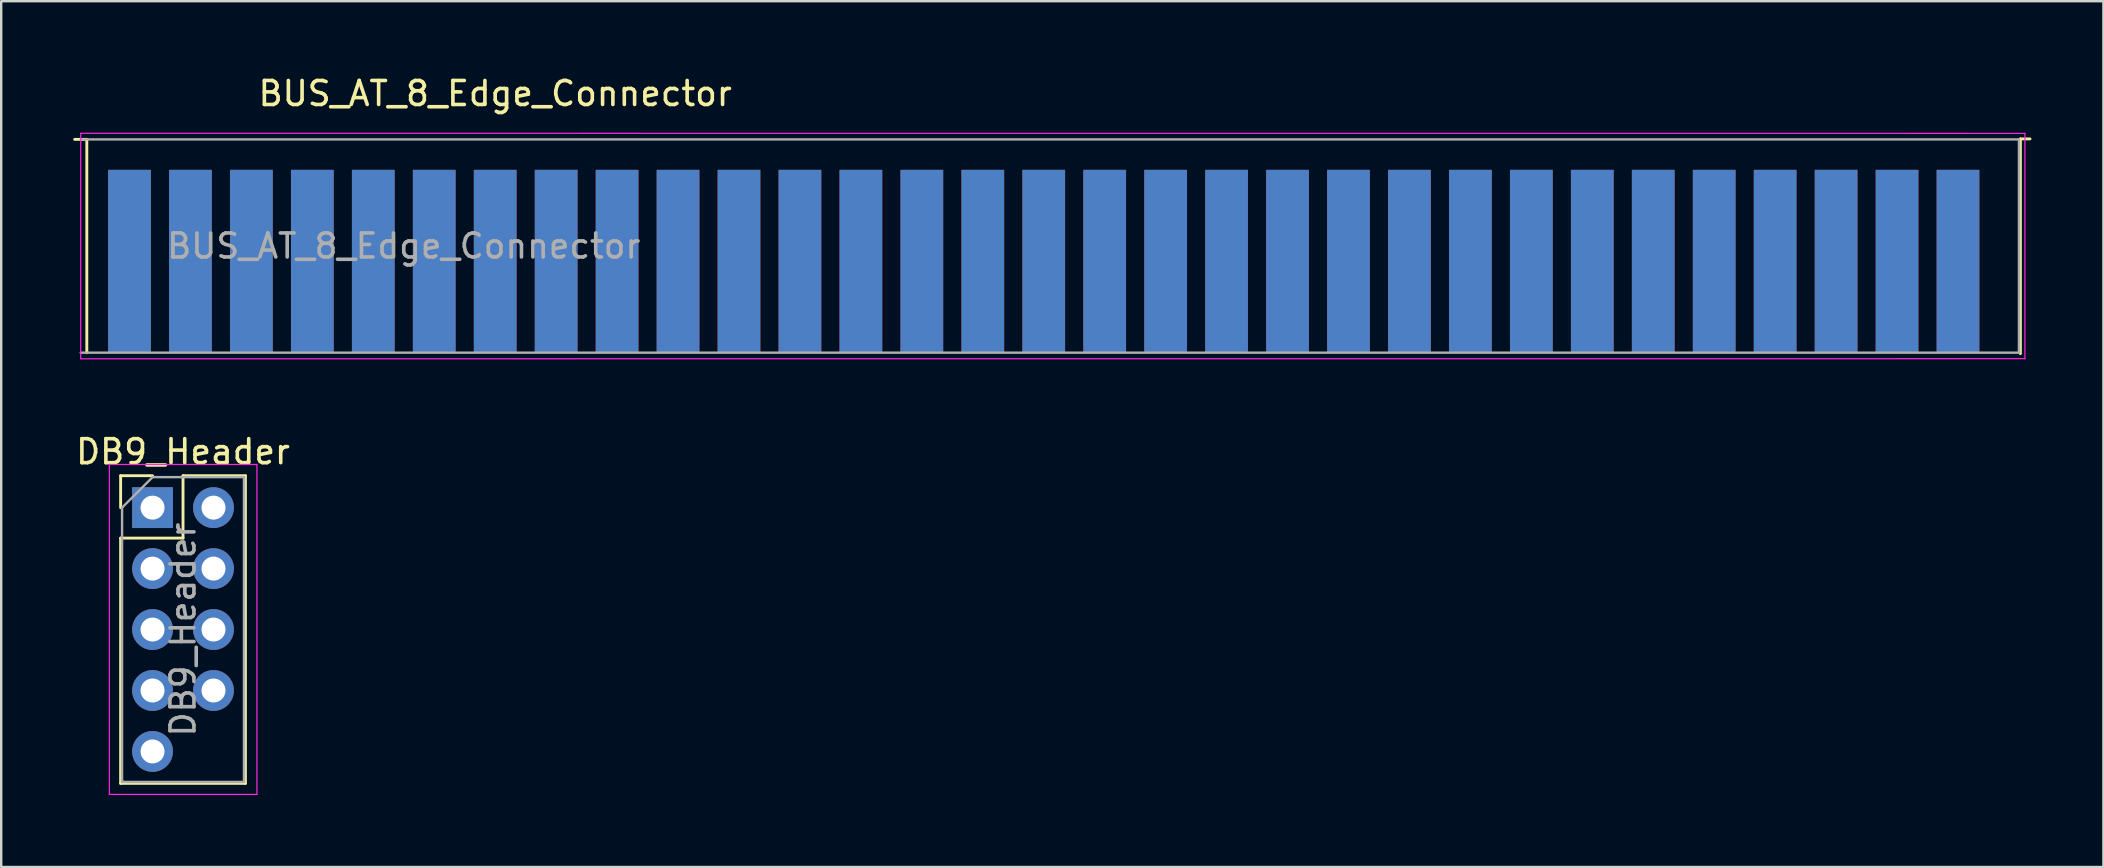
<source format=kicad_pcb>
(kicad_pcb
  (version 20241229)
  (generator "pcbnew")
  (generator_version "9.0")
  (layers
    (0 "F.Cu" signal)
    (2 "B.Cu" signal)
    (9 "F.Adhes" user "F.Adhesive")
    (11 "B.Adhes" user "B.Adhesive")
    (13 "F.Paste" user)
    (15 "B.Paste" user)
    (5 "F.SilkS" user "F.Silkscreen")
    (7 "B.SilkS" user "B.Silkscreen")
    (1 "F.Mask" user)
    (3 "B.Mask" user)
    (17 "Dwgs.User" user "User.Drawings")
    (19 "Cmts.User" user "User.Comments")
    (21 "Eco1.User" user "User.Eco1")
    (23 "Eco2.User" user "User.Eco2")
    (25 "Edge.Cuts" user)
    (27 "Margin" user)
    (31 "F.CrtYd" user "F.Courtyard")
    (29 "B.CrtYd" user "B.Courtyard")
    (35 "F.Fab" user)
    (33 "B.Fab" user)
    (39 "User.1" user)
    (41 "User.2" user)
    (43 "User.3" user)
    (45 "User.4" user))
  (footprint "DB9_Header"
    (layer "F.Cu")
    (at 3.307 18.105)
    (property "Reference" "DB9_Header" (at 1.27 -2.33 0) (layer "F.SilkS") (effects (font (size 1 1) (thickness 0.15))))
    (attr through_hole)
    (fp_line (start -1.33 -1.33) (end 0 -1.33) (stroke (width 0.12) (type solid)) (layer "F.SilkS"))
    (fp_line (start -1.33 0) (end -1.33 -1.33) (stroke (width 0.12) (type solid)) (layer "F.SilkS"))
    (fp_line (start -1.33 1.27) (end -1.33 11.49) (stroke (width 0.12) (type solid)) (layer "F.SilkS"))
    (fp_line (start -1.33 1.27) (end 1.27 1.27) (stroke (width 0.12) (type solid)) (layer "F.SilkS"))
    (fp_line (start -1.33 11.49) (end 3.87 11.49) (stroke (width 0.12) (type solid)) (layer "F.SilkS"))
    (fp_line (start 1.27 -1.33) (end 3.87 -1.33) (stroke (width 0.12) (type solid)) (layer "F.SilkS"))
    (fp_line (start 1.27 1.27) (end 1.27 -1.33) (stroke (width 0.12) (type solid)) (layer "F.SilkS"))
    (fp_line (start 3.87 -1.33) (end 3.87 11.49) (stroke (width 0.12) (type solid)) (layer "F.SilkS"))
    (fp_line (start -1.8 -1.8) (end -1.8 11.95) (stroke (width 0.05) (type solid)) (layer "F.CrtYd"))
    (fp_line (start -1.8 11.95) (end 4.35 11.95) (stroke (width 0.05) (type solid)) (layer "F.CrtYd"))
    (fp_line (start 4.35 -1.8) (end -1.8 -1.8) (stroke (width 0.05) (type solid)) (layer "F.CrtYd"))
    (fp_line (start 4.35 11.95) (end 4.35 -1.8) (stroke (width 0.05) (type solid)) (layer "F.CrtYd"))
    (fp_line (start -1.27 0) (end 0 -1.27) (stroke (width 0.1) (type solid)) (layer "F.Fab"))
    (fp_line (start -1.27 11.43) (end -1.27 0) (stroke (width 0.1) (type solid)) (layer "F.Fab"))
    (fp_line (start 0 -1.27) (end 3.81 -1.27) (stroke (width 0.1) (type solid)) (layer "F.Fab"))
    (fp_line (start 3.81 -1.27) (end 3.81 11.43) (stroke (width 0.1) (type solid)) (layer "F.Fab"))
    (fp_line (start 3.81 11.43) (end -1.27 11.43) (stroke (width 0.1) (type solid)) (layer "F.Fab"))
    (fp_text user "${REFERENCE}" (at 1.27 5.08 90) (layer "F.Fab") (effects (font (size 1 1) (thickness 0.15))))
    (pad "1" thru_hole rect (at 0 0) (size 1.7 1.7) (drill 1) (layers "*.Cu" "*.Mask"))
    (pad "2" thru_hole oval (at 2.54 0) (size 1.7 1.7) (drill 1) (layers "*.Cu" "*.Mask"))
    (pad "3" thru_hole oval (at 0 2.54) (size 1.7 1.7) (drill 1) (layers "*.Cu" "*.Mask"))
    (pad "4" thru_hole oval (at 2.54 2.54) (size 1.7 1.7) (drill 1) (layers "*.Cu" "*.Mask"))
    (pad "5" thru_hole oval (at 0 5.08) (size 1.7 1.7) (drill 1) (layers "*.Cu" "*.Mask"))
    (pad "6" thru_hole oval (at 2.54 5.08) (size 1.7 1.7) (drill 1) (layers "*.Cu" "*.Mask"))
    (pad "7" thru_hole oval (at 0 7.62) (size 1.7 1.7) (drill 1) (layers "*.Cu" "*.Mask"))
    (pad "8" thru_hole oval (at 2.54 7.62) (size 1.7 1.7) (drill 1) (layers "*.Cu" "*.Mask"))
    (pad "9" thru_hole oval (at 0 10.16) (size 1.7 1.7) (drill 1) (layers "*.Cu" "*.Mask")))
  (footprint "BUS_AT_8_Edge_Connector"
    (layer "F.Cu")
    (at 0.314 2.504)
    (property "Reference" "BUS_AT_8_Edge_Connector" (at 17.272 -1.656 0) (layer "F.SilkS") (effects (font (size 1 1) (thickness 0.15))))
    (attr exclude_from_pos_files exclude_from_bom)
    (fp_line (start 0.254 0.254) (end -0.254 0.254) (stroke (width 0.12) (type solid)) (layer "F.SilkS"))
    (fp_line (start 0.254 0.254) (end 0.254 9.144) (stroke (width 0.12) (type solid)) (layer "F.SilkS"))
    (fp_line (start 80.832 0.234) (end 81.232 0.234) (stroke (width 0.12) (type solid)) (layer "F.SilkS"))
    (fp_line (start 80.832 9.184) (end 80.832 0.234) (stroke (width 0.12) (type solid)) (layer "F.SilkS"))
    (fp_line (start 0 0) (end 81.022 0.004) (stroke (width 0.05) (type solid)) (layer "F.CrtYd"))
    (fp_line (start 0 0.004) (end 0 9.394) (stroke (width 0.05) (type solid)) (layer "F.CrtYd"))
    (fp_line (start 81.022 9.394) (end 0 9.398) (stroke (width 0.05) (type solid)) (layer "F.CrtYd"))
    (fp_line (start 81.022 9.394) (end 81.022 0.004) (stroke (width 0.05) (type solid)) (layer "F.CrtYd"))
    (fp_line (start 0 0.254) (end 80.772 0.254) (stroke (width 0.1) (type solid)) (layer "F.Fab"))
    (fp_line (start 80.772 0.254) (end 80.772 9.144) (stroke (width 0.1) (type solid)) (layer "F.Fab"))
    (fp_line (start 80.772 9.144) (end 0 9.144) (stroke (width 0.1) (type solid)) (layer "F.Fab"))
    (fp_text user "${REFERENCE}" (at 13.462 4.699 0) (layer "F.Fab") (effects (font (size 1 1) (thickness 0.15))))
    (pad "1" connect rect (at 78.232 5.334) (size 1.78 7.62) (layers "B.Cu" "B.Mask"))
    (pad "2" connect rect (at 75.692 5.334) (size 1.78 7.62) (layers "B.Cu" "B.Mask"))
    (pad "3" connect rect (at 73.152 5.334) (size 1.78 7.62) (layers "B.Cu" "B.Mask"))
    (pad "4" connect rect (at 70.612 5.334) (size 1.78 7.62) (layers "B.Cu" "B.Mask"))
    (pad "5" connect rect (at 68.072 5.334) (size 1.78 7.62) (layers "B.Cu" "B.Mask"))
    (pad "6" connect rect (at 65.532 5.334) (size 1.78 7.62) (layers "B.Cu" "B.Mask"))
    (pad "7" connect rect (at 62.992 5.334) (size 1.78 7.62) (layers "B.Cu" "B.Mask"))
    (pad "8" connect rect (at 60.452 5.334) (size 1.78 7.62) (layers "B.Cu" "B.Mask"))
    (pad "9" connect rect (at 57.912 5.334) (size 1.78 7.62) (layers "B.Cu" "B.Mask"))
    (pad "10" connect rect (at 55.372 5.334) (size 1.78 7.62) (layers "B.Cu" "B.Mask"))
    (pad "11" connect rect (at 52.832 5.334) (size 1.78 7.62) (layers "B.Cu" "B.Mask"))
    (pad "12" connect rect (at 50.292 5.334) (size 1.78 7.62) (layers "B.Cu" "B.Mask"))
    (pad "13" connect rect (at 47.752 5.334) (size 1.78 7.62) (layers "B.Cu" "B.Mask"))
    (pad "14" connect rect (at 45.212 5.334) (size 1.78 7.62) (layers "B.Cu" "B.Mask"))
    (pad "15" connect rect (at 42.672 5.334) (size 1.78 7.62) (layers "B.Cu" "B.Mask"))
    (pad "16" connect rect (at 40.132 5.334) (size 1.78 7.62) (layers "B.Cu" "B.Mask"))
    (pad "17" connect rect (at 37.592 5.334) (size 1.78 7.62) (layers "B.Cu" "B.Mask"))
    (pad "18" connect rect (at 35.052 5.334) (size 1.78 7.62) (layers "B.Cu" "B.Mask"))
    (pad "19" connect rect (at 32.512 5.334) (size 1.78 7.62) (layers "B.Cu" "B.Mask"))
    (pad "20" connect rect (at 29.972 5.334) (size 1.78 7.62) (layers "B.Cu" "B.Mask"))
    (pad "21" connect rect (at 27.432 5.334) (size 1.78 7.62) (layers "B.Cu" "B.Mask"))
    (pad "22" connect rect (at 24.892 5.334) (size 1.78 7.62) (layers "B.Cu" "B.Mask"))
    (pad "23" connect rect (at 22.352 5.334) (size 1.78 7.62) (layers "B.Cu" "B.Mask"))
    (pad "24" connect rect (at 19.812 5.334) (size 1.78 7.62) (layers "B.Cu" "B.Mask"))
    (pad "25" connect rect (at 17.272 5.334) (size 1.78 7.62) (layers "B.Cu" "B.Mask"))
    (pad "26" connect rect (at 14.732 5.334) (size 1.78 7.62) (layers "B.Cu" "B.Mask"))
    (pad "27" connect rect (at 12.192 5.334) (size 1.78 7.62) (layers "B.Cu" "B.Mask"))
    (pad "28" connect rect (at 9.652 5.334) (size 1.78 7.62) (layers "B.Cu" "B.Mask"))
    (pad "29" connect rect (at 7.112 5.334) (size 1.78 7.62) (layers "B.Cu" "B.Mask"))
    (pad "30" connect rect (at 4.572 5.334) (size 1.78 7.62) (layers "B.Cu" "B.Mask"))
    (pad "31" connect rect (at 2.032 5.334) (size 1.78 7.62) (layers "B.Cu" "B.Mask"))
    (pad "32" connect rect (at 78.232 5.334) (size 1.78 7.62) (layers "F.Cu" "F.Mask"))
    (pad "33" connect rect (at 75.692 5.334) (size 1.78 7.62) (layers "F.Cu" "F.Mask"))
    (pad "34" connect rect (at 73.152 5.334) (size 1.78 7.62) (layers "F.Cu" "F.Mask"))
    (pad "35" connect rect (at 70.612 5.334) (size 1.78 7.62) (layers "F.Cu" "F.Mask"))
    (pad "36" connect rect (at 68.072 5.334) (size 1.78 7.62) (layers "F.Cu" "F.Mask"))
    (pad "37" connect rect (at 65.532 5.334) (size 1.78 7.62) (layers "F.Cu" "F.Mask"))
    (pad "38" connect rect (at 62.992 5.334) (size 1.78 7.62) (layers "F.Cu" "F.Mask"))
    (pad "39" connect rect (at 60.452 5.334) (size 1.78 7.62) (layers "F.Cu" "F.Mask"))
    (pad "40" connect rect (at 57.912 5.334) (size 1.78 7.62) (layers "F.Cu" "F.Mask"))
    (pad "41" connect rect (at 55.372 5.334) (size 1.78 7.62) (layers "F.Cu" "F.Mask"))
    (pad "42" connect rect (at 52.832 5.334) (size 1.78 7.62) (layers "F.Cu" "F.Mask"))
    (pad "43" connect rect (at 50.292 5.334) (size 1.78 7.62) (layers "F.Cu" "F.Mask"))
    (pad "44" connect rect (at 47.752 5.334) (size 1.78 7.62) (layers "F.Cu" "F.Mask"))
    (pad "45" connect rect (at 45.212 5.334) (size 1.78 7.62) (layers "F.Cu" "F.Mask"))
    (pad "46" connect rect (at 42.672 5.334) (size 1.78 7.62) (layers "F.Cu" "F.Mask"))
    (pad "47" connect rect (at 40.132 5.334) (size 1.78 7.62) (layers "F.Cu" "F.Mask"))
    (pad "48" connect rect (at 37.592 5.334) (size 1.78 7.62) (layers "F.Cu" "F.Mask"))
    (pad "49" connect rect (at 35.052 5.334) (size 1.78 7.62) (layers "F.Cu" "F.Mask"))
    (pad "50" connect rect (at 32.512 5.334) (size 1.78 7.62) (layers "F.Cu" "F.Mask"))
    (pad "51" connect rect (at 29.972 5.334) (size 1.78 7.62) (layers "F.Cu" "F.Mask"))
    (pad "52" connect rect (at 27.432 5.334) (size 1.78 7.62) (layers "F.Cu" "F.Mask"))
    (pad "53" connect rect (at 24.892 5.334) (size 1.78 7.62) (layers "F.Cu" "F.Mask"))
    (pad "54" connect rect (at 22.352 5.334) (size 1.78 7.62) (layers "F.Cu" "F.Mask"))
    (pad "55" connect rect (at 19.812 5.334) (size 1.78 7.62) (layers "F.Cu" "F.Mask"))
    (pad "56" connect rect (at 17.272 5.334) (size 1.78 7.62) (layers "F.Cu" "F.Mask"))
    (pad "57" connect rect (at 14.732 5.334) (size 1.78 7.62) (layers "F.Cu" "F.Mask"))
    (pad "58" connect rect (at 12.192 5.334) (size 1.78 7.62) (layers "F.Cu" "F.Mask"))
    (pad "59" connect rect (at 9.652 5.334) (size 1.78 7.62) (layers "F.Cu" "F.Mask"))
    (pad "60" connect rect (at 7.112 5.334) (size 1.78 7.62) (layers "F.Cu" "F.Mask"))
    (pad "61" connect rect (at 4.572 5.334) (size 1.78 7.62) (layers "F.Cu" "F.Mask"))
    (pad "62" connect rect (at 2.032 5.334) (size 1.78 7.62) (layers "F.Cu" "F.Mask")))
  (gr_rect
    (start -3 -3)
    (end 84.606 33.081)
    (stroke (width 0.1) (type default))
    (fill no)
    (layer "Edge.Cuts")))
</source>
